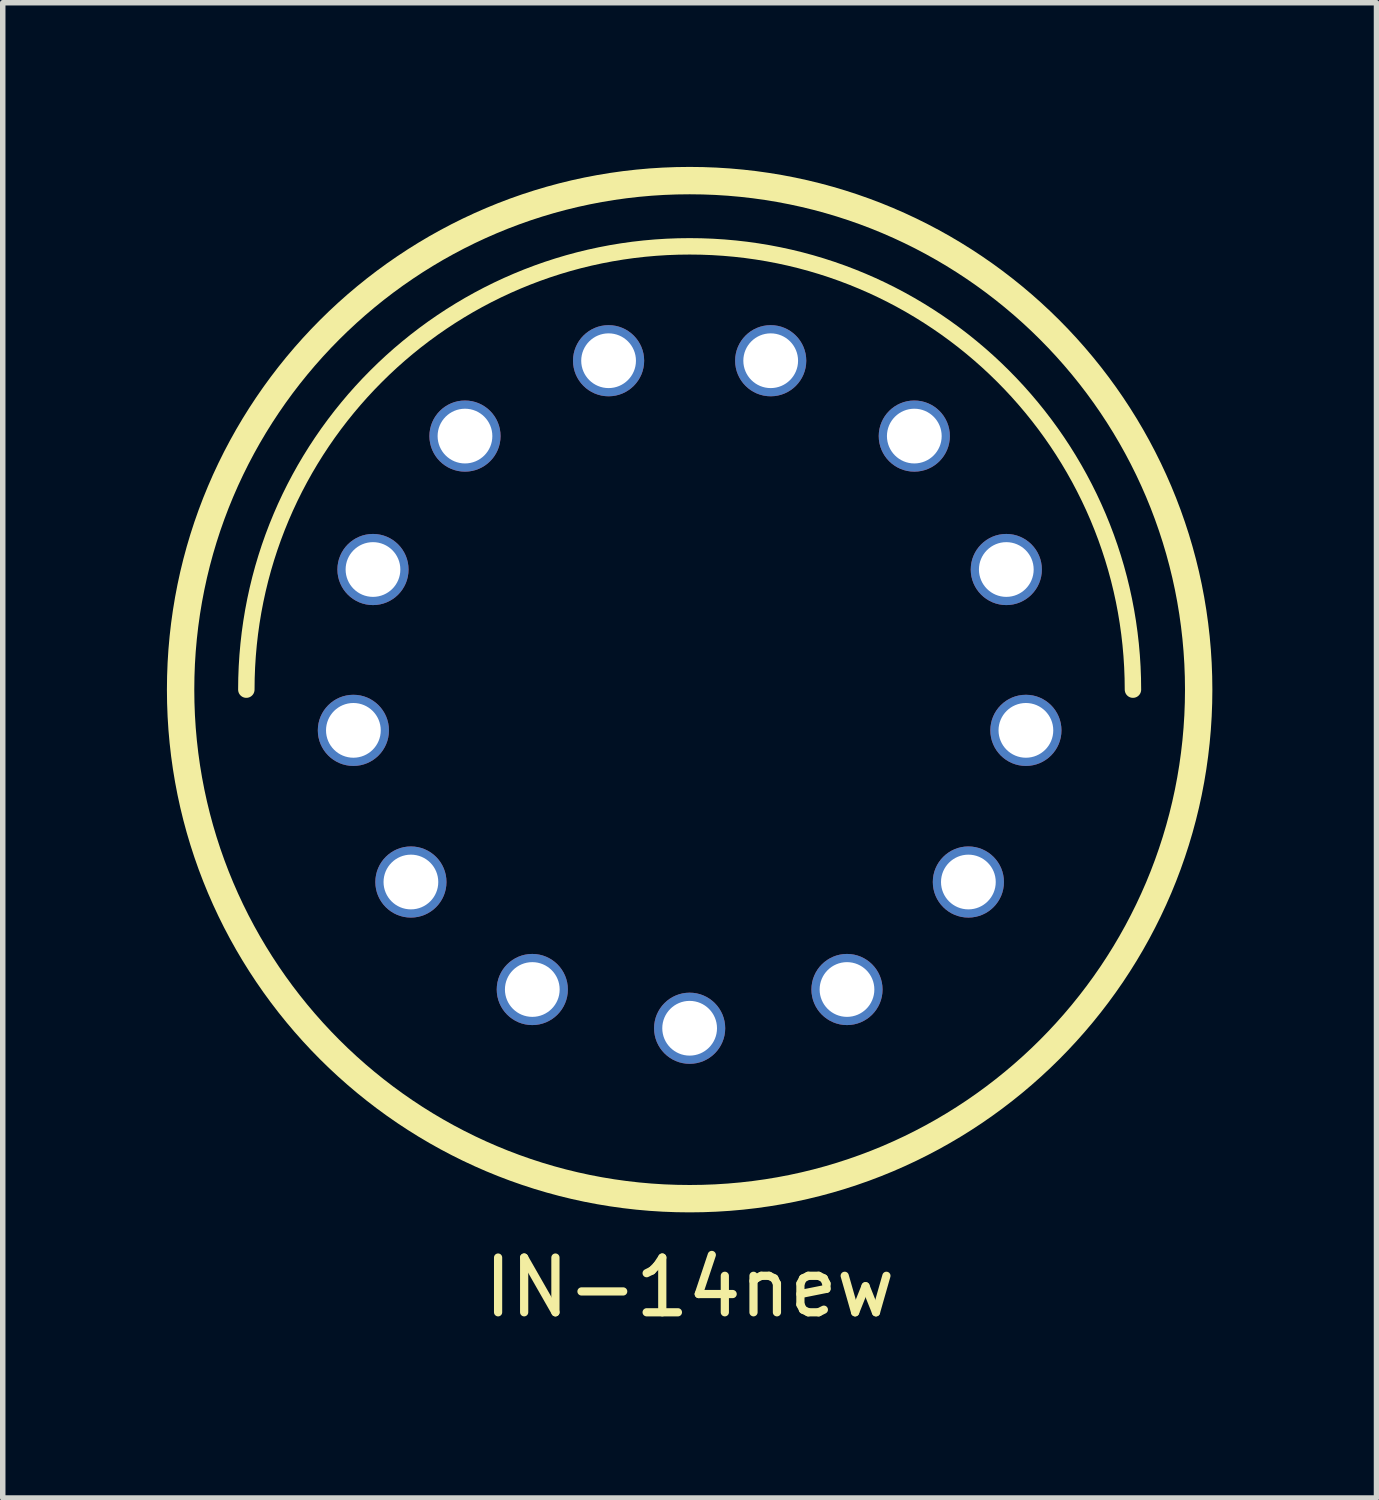
<source format=kicad_pcb>
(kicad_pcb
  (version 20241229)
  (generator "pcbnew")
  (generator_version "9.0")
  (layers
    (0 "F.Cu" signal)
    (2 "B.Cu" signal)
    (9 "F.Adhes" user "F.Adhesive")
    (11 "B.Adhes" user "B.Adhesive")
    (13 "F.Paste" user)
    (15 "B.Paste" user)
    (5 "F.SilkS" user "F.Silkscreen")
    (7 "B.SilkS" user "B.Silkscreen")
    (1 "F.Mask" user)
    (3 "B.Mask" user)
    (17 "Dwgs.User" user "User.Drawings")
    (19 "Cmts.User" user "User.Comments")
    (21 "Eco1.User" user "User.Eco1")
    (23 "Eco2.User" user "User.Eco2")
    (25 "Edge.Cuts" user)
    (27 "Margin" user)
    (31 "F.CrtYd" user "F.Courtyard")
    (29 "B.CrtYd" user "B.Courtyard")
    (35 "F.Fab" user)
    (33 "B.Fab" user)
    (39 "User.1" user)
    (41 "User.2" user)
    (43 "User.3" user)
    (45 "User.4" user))
  (footprint "IN-14new"
    (layer "F.Cu")
    (at 9.551 9.551)
    (property "Reference" "IN-14new" (at 0 10.922 180) (layer "F.SilkS") (effects (font (size 1 1) (thickness 0.15))))
    (attr exclude_from_pos_files exclude_from_bom)
    (fp_arc (start -8.1 0) (mid 0 -8.1) (end 8.1 0) (stroke (width 0.3) (type solid)) (layer "F.SilkS"))
    (fp_circle (center 0 0) (end 9.301 0) (stroke (width 0.5) (type solid)) (fill no) (layer "F.SilkS"))
    (pad "0" thru_hole circle (at -5.093 3.515) (size 1.3 1.3) (drill 1) (layers "*.Cu" "*.Mask"))
    (pad "1" thru_hole circle (at 5.093 3.515) (size 1.3 1.3) (drill 1) (layers "*.Cu" "*.Mask"))
    (pad "2" thru_hole circle (at 6.144 0.744) (size 1.3 1.3) (drill 1) (layers "*.Cu" "*.Mask"))
    (pad "3" thru_hole circle (at 5.786 -2.195) (size 1.3 1.3) (drill 1) (layers "*.Cu" "*.Mask"))
    (pad "4" thru_hole circle (at 4.105 -4.633) (size 1.3 1.3) (drill 1) (layers "*.Cu" "*.Mask"))
    (pad "5" thru_hole circle (at 1.481 -6.01) (size 1.3 1.3) (drill 1) (layers "*.Cu" "*.Mask"))
    (pad "6" thru_hole circle (at -1.481 -6.01) (size 1.3 1.3) (drill 1) (layers "*.Cu" "*.Mask"))
    (pad "7" thru_hole circle (at -4.105 -4.633) (size 1.3 1.3) (drill 1) (layers "*.Cu" "*.Mask"))
    (pad "8" thru_hole circle (at -5.786 -2.195) (size 1.3 1.3) (drill 1) (layers "*.Cu" "*.Mask"))
    (pad "9" thru_hole circle (at -6.144 0.744) (size 1.3 1.3) (drill 1) (layers "*.Cu" "*.Mask"))
    (pad "A" thru_hole circle (at 0 6.187) (size 1.3 1.3) (drill 1) (layers "*.Cu" "*.Mask"))
    (pad "LHDP" thru_hole circle (at 2.875 5.479) (size 1.3 1.3) (drill 1) (layers "*.Cu" "*.Mask"))
    (pad "RHDP" thru_hole circle (at -2.875 5.479) (size 1.3 1.3) (drill 1) (layers "*.Cu" "*.Mask")))
  (gr_rect
    (start -3 -3)
    (end 22.101 24.321)
    (stroke (width 0.1) (type default))
    (fill no)
    (layer "Edge.Cuts")))
</source>
